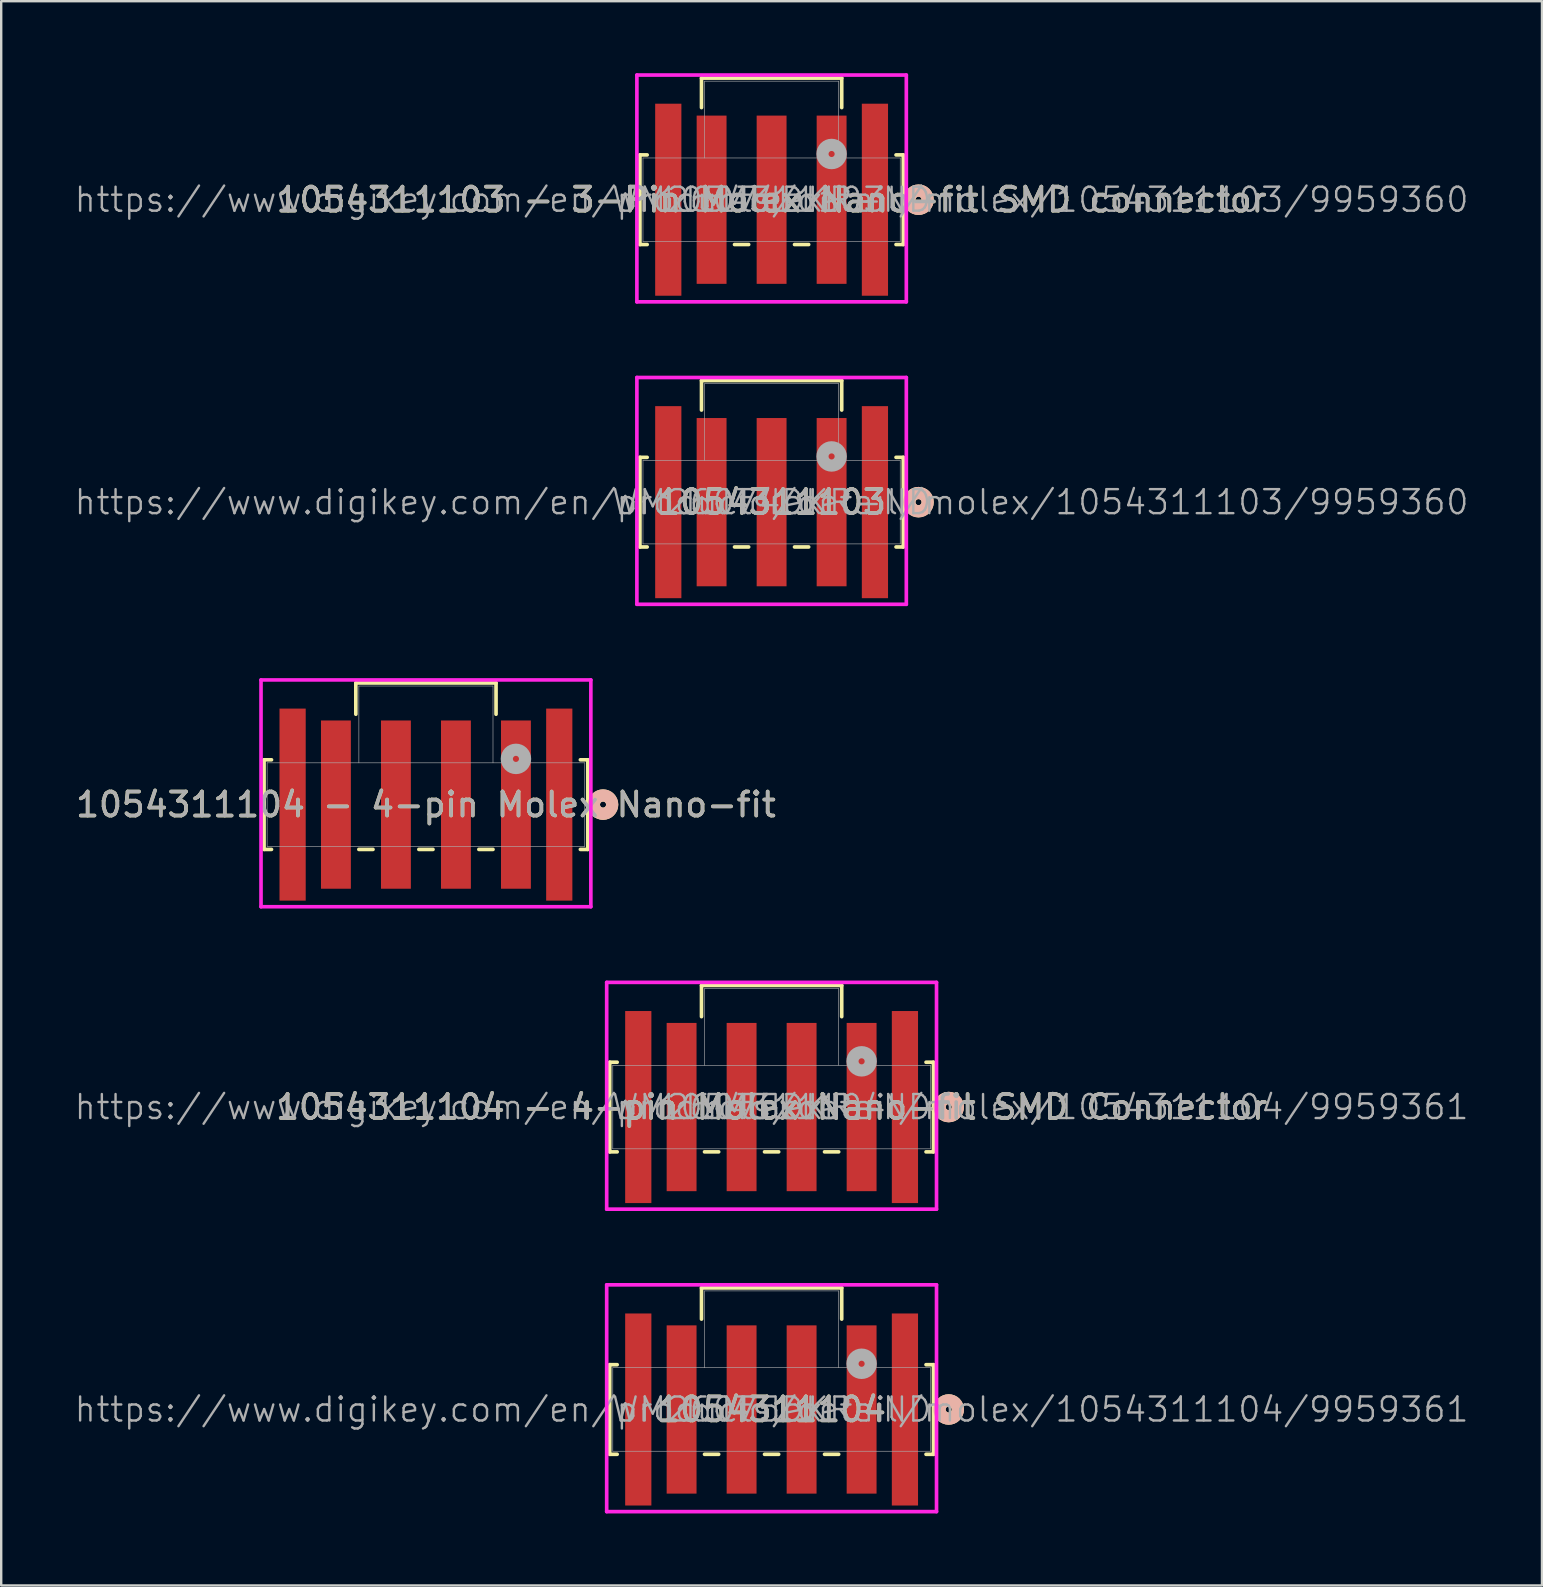
<source format=kicad_pcb>
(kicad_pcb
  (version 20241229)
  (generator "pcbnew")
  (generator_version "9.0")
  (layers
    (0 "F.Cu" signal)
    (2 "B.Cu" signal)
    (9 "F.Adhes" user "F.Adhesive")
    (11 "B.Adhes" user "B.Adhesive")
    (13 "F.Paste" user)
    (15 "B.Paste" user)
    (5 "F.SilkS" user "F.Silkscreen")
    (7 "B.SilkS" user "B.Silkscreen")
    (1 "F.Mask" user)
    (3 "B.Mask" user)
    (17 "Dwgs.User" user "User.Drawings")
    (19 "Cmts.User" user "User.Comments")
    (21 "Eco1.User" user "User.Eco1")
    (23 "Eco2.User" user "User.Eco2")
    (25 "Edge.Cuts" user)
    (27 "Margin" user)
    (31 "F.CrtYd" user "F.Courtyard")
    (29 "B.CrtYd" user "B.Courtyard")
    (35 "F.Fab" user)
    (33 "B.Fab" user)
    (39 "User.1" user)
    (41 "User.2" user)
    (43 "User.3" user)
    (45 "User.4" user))
  (footprint "1054311103"
    (layer "F.Cu")
    (at 29.098 17.872)
    (property "Reference" "1054311103" (at 0 0 0) (unlocked yes) (layer "F.SilkS") (effects (font (size 1 1) (thickness 0.15))))
    (property "Digi PN" "WM26074DKR-ND" (at 0 0 0) (layer "F.Fab") (effects (font (size 1 1) (thickness 0.1))))
    (property "MFG" "Molex" (at 0 0 0) (layer "F.Fab") (effects (font (size 1 1) (thickness 0.1))))
    (property "MFG PN" "1054311103" (at 0 0 0) (layer "F.Fab") (effects (font (size 1 1) (thickness 0.1))))
    (property "Digi URL" "https://www.digikey.com/en/products/detail/molex/1054311103/9959360" (at 0 0 0) (layer "F.Fab") (effects (font (size 1 1) (thickness 0.1))))
    (attr smd)
    (fp_line (start -5.486 -1.867) (end -5.486 1.867) (stroke (width 0.152) (type solid)) (layer "F.SilkS"))
    (fp_line (start -5.486 1.867) (end -5.184 1.867) (stroke (width 0.152) (type solid)) (layer "F.SilkS"))
    (fp_line (start -5.184 -1.867) (end -5.486 -1.867) (stroke (width 0.152) (type solid)) (layer "F.SilkS"))
    (fp_line (start -2.921 -5.067) (end -2.921 -3.838) (stroke (width 0.152) (type solid)) (layer "F.SilkS"))
    (fp_line (start -1.545 1.867) (end -0.955 1.867) (stroke (width 0.152) (type solid)) (layer "F.SilkS"))
    (fp_line (start 0.955 1.867) (end 1.545 1.867) (stroke (width 0.152) (type solid)) (layer "F.SilkS"))
    (fp_line (start 2.921 -5.067) (end -2.921 -5.067) (stroke (width 0.152) (type solid)) (layer "F.SilkS"))
    (fp_line (start 2.921 -3.838) (end 2.921 -5.067) (stroke (width 0.152) (type solid)) (layer "F.SilkS"))
    (fp_line (start 5.184 1.867) (end 5.486 1.867) (stroke (width 0.152) (type solid)) (layer "F.SilkS"))
    (fp_line (start 5.486 -1.867) (end 5.184 -1.867) (stroke (width 0.152) (type solid)) (layer "F.SilkS"))
    (fp_line (start 5.486 1.867) (end 5.486 -1.867) (stroke (width 0.152) (type solid)) (layer "F.SilkS"))
    (fp_circle (center 6.121 0) (end 6.502 0) (stroke (width 0.508) (type solid)) (fill no) (layer "F.SilkS"))
    (fp_circle (center 6.121 0) (end 6.502 0) (stroke (width 0.508) (type solid)) (fill no) (layer "B.SilkS"))
    (fp_line (start -5.613 -5.194) (end -5.613 4.255) (stroke (width 0.152) (type solid)) (layer "F.CrtYd"))
    (fp_line (start -5.613 4.255) (end 5.613 4.255) (stroke (width 0.152) (type solid)) (layer "F.CrtYd"))
    (fp_line (start 5.613 -5.194) (end -5.613 -5.194) (stroke (width 0.152) (type solid)) (layer "F.CrtYd"))
    (fp_line (start 5.613 4.255) (end 5.613 -5.194) (stroke (width 0.152) (type solid)) (layer "F.CrtYd"))
    (fp_line (start -5.359 -1.74) (end -5.359 1.74) (stroke (width 0.025) (type solid)) (layer "F.Fab"))
    (fp_line (start -5.359 1.74) (end 5.359 1.74) (stroke (width 0.025) (type solid)) (layer "F.Fab"))
    (fp_line (start -2.794 -4.94) (end -2.794 -1.74) (stroke (width 0.025) (type solid)) (layer "F.Fab"))
    (fp_line (start -2.794 -4.94) (end 2.794 -4.94) (stroke (width 0.025) (type solid)) (layer "F.Fab"))
    (fp_line (start 2.794 -4.94) (end 2.794 -1.74) (stroke (width 0.025) (type solid)) (layer "F.Fab"))
    (fp_line (start 5.359 -1.74) (end -5.359 -1.74) (stroke (width 0.025) (type solid)) (layer "F.Fab"))
    (fp_line (start 5.359 1.74) (end 5.359 -1.74) (stroke (width 0.025) (type solid)) (layer "F.Fab"))
    (fp_circle (center 2.5 -1.905) (end 2.881 -1.905) (stroke (width 0.508) (type solid)) (fill no) (layer "F.Fab"))
    (fp_text user "${REFERENCE}" (at 0 0 0) (unlocked yes) (layer "F.Fab") (effects (font (size 1 1) (thickness 0.15))))
    (pad "1" smd rect (at 2.5 0) (size 1.245 7.01) (layers "F.Cu" "F.Mask" "F.Paste"))
    (pad "2" smd rect (at 0 0) (size 1.245 7.01) (layers "F.Cu" "F.Mask" "F.Paste"))
    (pad "3" smd rect (at -2.5 0) (size 1.245 7.01) (layers "F.Cu" "F.Mask" "F.Paste"))
    (pad "4" smd rect (at -4.305 0) (size 1.092 8.001) (layers "F.Cu" "F.Mask" "F.Paste"))
    (pad "5" smd rect (at 4.305 0) (size 1.092 8.001) (layers "F.Cu" "F.Mask" "F.Paste")))
  (footprint "1054311104 - 4-pin Molex Nano-fit"
    (layer "F.Cu")
    (at 14.696 30.473)
    (property "Reference" "1054311104 - 4-pin Molex Nano-fit" (at 0 0 0) (unlocked yes) (layer "F.SilkS") (effects (font (size 1 1) (thickness 0.15))))
    (attr smd)
    (fp_line (start -6.744 -1.867) (end -6.744 1.867) (stroke (width 0.152) (type solid)) (layer "F.SilkS"))
    (fp_line (start -6.744 1.867) (end -6.434 1.867) (stroke (width 0.152) (type solid)) (layer "F.SilkS"))
    (fp_line (start -6.434 -1.867) (end -6.744 -1.867) (stroke (width 0.152) (type solid)) (layer "F.SilkS"))
    (fp_line (start -2.921 -5.067) (end -2.921 -3.766) (stroke (width 0.152) (type solid)) (layer "F.SilkS"))
    (fp_line (start -2.795 1.867) (end -2.205 1.867) (stroke (width 0.152) (type solid)) (layer "F.SilkS"))
    (fp_line (start -0.295 1.867) (end 0.295 1.867) (stroke (width 0.152) (type solid)) (layer "F.SilkS"))
    (fp_line (start 2.205 1.867) (end 2.795 1.867) (stroke (width 0.152) (type solid)) (layer "F.SilkS"))
    (fp_line (start 2.921 -5.067) (end -2.921 -5.067) (stroke (width 0.152) (type solid)) (layer "F.SilkS"))
    (fp_line (start 2.921 -3.766) (end 2.921 -5.067) (stroke (width 0.152) (type solid)) (layer "F.SilkS"))
    (fp_line (start 6.434 1.867) (end 6.744 1.867) (stroke (width 0.152) (type solid)) (layer "F.SilkS"))
    (fp_line (start 6.744 -1.867) (end 6.434 -1.867) (stroke (width 0.152) (type solid)) (layer "F.SilkS"))
    (fp_line (start 6.744 1.867) (end 6.744 -1.867) (stroke (width 0.152) (type solid)) (layer "F.SilkS"))
    (fp_circle (center 7.379 0) (end 7.76 0) (stroke (width 0.508) (type solid)) (fill no) (layer "F.SilkS"))
    (fp_circle (center 7.379 0) (end 7.76 0) (stroke (width 0.508) (type solid)) (fill no) (layer "B.SilkS"))
    (fp_line (start -6.871 -5.194) (end -6.871 4.255) (stroke (width 0.152) (type solid)) (layer "F.CrtYd"))
    (fp_line (start -6.871 4.255) (end 6.871 4.255) (stroke (width 0.152) (type solid)) (layer "F.CrtYd"))
    (fp_line (start 6.871 -5.194) (end -6.871 -5.194) (stroke (width 0.152) (type solid)) (layer "F.CrtYd"))
    (fp_line (start 6.871 4.255) (end 6.871 -5.194) (stroke (width 0.152) (type solid)) (layer "F.CrtYd"))
    (fp_line (start -6.617 -1.74) (end -6.617 1.74) (stroke (width 0.025) (type solid)) (layer "F.Fab"))
    (fp_line (start -6.617 1.74) (end 6.617 1.74) (stroke (width 0.025) (type solid)) (layer "F.Fab"))
    (fp_line (start -2.794 -4.94) (end -2.794 -1.74) (stroke (width 0.025) (type solid)) (layer "F.Fab"))
    (fp_line (start -2.794 -4.94) (end 2.794 -4.94) (stroke (width 0.025) (type solid)) (layer "F.Fab"))
    (fp_line (start 2.794 -4.94) (end 2.794 -1.74) (stroke (width 0.025) (type solid)) (layer "F.Fab"))
    (fp_line (start 6.617 -1.74) (end -6.617 -1.74) (stroke (width 0.025) (type solid)) (layer "F.Fab"))
    (fp_line (start 6.617 1.74) (end 6.617 -1.74) (stroke (width 0.025) (type solid)) (layer "F.Fab"))
    (fp_circle (center 3.75 -1.905) (end 4.131 -1.905) (stroke (width 0.508) (type solid)) (fill no) (layer "F.Fab"))
    (fp_text user "${REFERENCE}" (at 0 0 0) (unlocked yes) (layer "F.Fab") (effects (font (size 1 1) (thickness 0.15))))
    (pad "1" smd rect (at 3.75 0) (size 1.245 7.01) (layers "F.Cu" "F.Mask" "F.Paste"))
    (pad "2" smd rect (at 1.25 0) (size 1.245 7.01) (layers "F.Cu" "F.Mask" "F.Paste"))
    (pad "3" smd rect (at -1.25 0) (size 1.245 7.01) (layers "F.Cu" "F.Mask" "F.Paste"))
    (pad "4" smd rect (at -3.75 0) (size 1.245 7.01) (layers "F.Cu" "F.Mask" "F.Paste"))
    (pad "5" smd rect (at -5.555 0) (size 1.092 8.001) (layers "F.Cu" "F.Mask" "F.Paste"))
    (pad "6" smd rect (at 5.555 0) (size 1.092 8.001) (layers "F.Cu" "F.Mask" "F.Paste")))
  (footprint "1054311103 - 3-Pin Molex Nano-fit SMD connector"
    (layer "F.Cu")
    (at 29.098 5.271)
    (property "Reference" "1054311103 - 3-Pin Molex Nano-fit SMD connector" (at 0 0 0) (unlocked yes) (layer "F.SilkS") (effects (font (size 1 1) (thickness 0.15))))
    (property "Digi PN" "WM26074DKR-ND" (at 0 0 0) (layer "F.Fab") (effects (font (size 1 1) (thickness 0.1))))
    (property "MFG" "Molex" (at 0 0 0) (layer "F.Fab") (effects (font (size 1 1) (thickness 0.1))))
    (property "MFG PN" "1054311103" (at 0 0 0) (layer "F.Fab") (effects (font (size 1 1) (thickness 0.1))))
    (property "Digi URL" "https://www.digikey.com/en/products/detail/molex/1054311103/9959360" (at 0 0 0) (layer "F.Fab") (effects (font (size 1 1) (thickness 0.1))))
    (attr smd)
    (fp_line (start -5.486 -1.867) (end -5.486 1.867) (stroke (width 0.152) (type solid)) (layer "F.SilkS"))
    (fp_line (start -5.486 1.867) (end -5.184 1.867) (stroke (width 0.152) (type solid)) (layer "F.SilkS"))
    (fp_line (start -5.184 -1.867) (end -5.486 -1.867) (stroke (width 0.152) (type solid)) (layer "F.SilkS"))
    (fp_line (start -2.921 -5.067) (end -2.921 -3.838) (stroke (width 0.152) (type solid)) (layer "F.SilkS"))
    (fp_line (start -1.545 1.867) (end -0.955 1.867) (stroke (width 0.152) (type solid)) (layer "F.SilkS"))
    (fp_line (start 0.955 1.867) (end 1.545 1.867) (stroke (width 0.152) (type solid)) (layer "F.SilkS"))
    (fp_line (start 2.921 -5.067) (end -2.921 -5.067) (stroke (width 0.152) (type solid)) (layer "F.SilkS"))
    (fp_line (start 2.921 -3.838) (end 2.921 -5.067) (stroke (width 0.152) (type solid)) (layer "F.SilkS"))
    (fp_line (start 5.184 1.867) (end 5.486 1.867) (stroke (width 0.152) (type solid)) (layer "F.SilkS"))
    (fp_line (start 5.486 -1.867) (end 5.184 -1.867) (stroke (width 0.152) (type solid)) (layer "F.SilkS"))
    (fp_line (start 5.486 1.867) (end 5.486 -1.867) (stroke (width 0.152) (type solid)) (layer "F.SilkS"))
    (fp_circle (center 6.121 0) (end 6.502 0) (stroke (width 0.508) (type solid)) (fill no) (layer "F.SilkS"))
    (fp_circle (center 6.121 0) (end 6.502 0) (stroke (width 0.508) (type solid)) (fill no) (layer "B.SilkS"))
    (fp_line (start -5.613 -5.194) (end -5.613 4.255) (stroke (width 0.152) (type solid)) (layer "F.CrtYd"))
    (fp_line (start -5.613 4.255) (end 5.613 4.255) (stroke (width 0.152) (type solid)) (layer "F.CrtYd"))
    (fp_line (start 5.613 -5.194) (end -5.613 -5.194) (stroke (width 0.152) (type solid)) (layer "F.CrtYd"))
    (fp_line (start 5.613 4.255) (end 5.613 -5.194) (stroke (width 0.152) (type solid)) (layer "F.CrtYd"))
    (fp_line (start -5.359 -1.74) (end -5.359 1.74) (stroke (width 0.025) (type solid)) (layer "F.Fab"))
    (fp_line (start -5.359 1.74) (end 5.359 1.74) (stroke (width 0.025) (type solid)) (layer "F.Fab"))
    (fp_line (start -2.794 -4.94) (end -2.794 -1.74) (stroke (width 0.025) (type solid)) (layer "F.Fab"))
    (fp_line (start -2.794 -4.94) (end 2.794 -4.94) (stroke (width 0.025) (type solid)) (layer "F.Fab"))
    (fp_line (start 2.794 -4.94) (end 2.794 -1.74) (stroke (width 0.025) (type solid)) (layer "F.Fab"))
    (fp_line (start 5.359 -1.74) (end -5.359 -1.74) (stroke (width 0.025) (type solid)) (layer "F.Fab"))
    (fp_line (start 5.359 1.74) (end 5.359 -1.74) (stroke (width 0.025) (type solid)) (layer "F.Fab"))
    (fp_circle (center 2.5 -1.905) (end 2.881 -1.905) (stroke (width 0.508) (type solid)) (fill no) (layer "F.Fab"))
    (fp_text user "${REFERENCE}" (at 0 0 0) (unlocked yes) (layer "F.Fab") (effects (font (size 1 1) (thickness 0.15))))
    (pad "1" smd rect (at 2.5 0) (size 1.245 7.01) (layers "F.Cu" "F.Mask" "F.Paste"))
    (pad "2" smd rect (at 0 0) (size 1.245 7.01) (layers "F.Cu" "F.Mask" "F.Paste"))
    (pad "3" smd rect (at -2.5 0) (size 1.245 7.01) (layers "F.Cu" "F.Mask" "F.Paste"))
    (pad "4" smd rect (at -4.305 0) (size 1.092 8.001) (layers "F.Cu" "F.Mask" "F.Paste"))
    (pad "5" smd rect (at 4.305 0) (size 1.092 8.001) (layers "F.Cu" "F.Mask" "F.Paste")))
  (footprint "1054311104 - 4-pin Molex Nano-fit SMD Connector"
    (layer "F.Cu")
    (at 29.098 43.074)
    (property "Reference" "1054311104 - 4-pin Molex Nano-fit SMD Connector" (at 0 0 0) (unlocked yes) (layer "F.SilkS") (effects (font (size 1 1) (thickness 0.15))))
    (property "Digi PN" "WM26075DKR-ND" (at 0 0 0) (layer "F.Fab") (effects (font (size 1 1) (thickness 0.1))))
    (property "MFG" "Molex" (at 0 0 0) (layer "F.Fab") (effects (font (size 1 1) (thickness 0.1))))
    (property "MFG PN" "1054311104" (at 0 0 0) (layer "F.Fab") (effects (font (size 1 1) (thickness 0.1))))
    (property "Digi URL" "https://www.digikey.com/en/products/detail/molex/1054311104/9959361" (at 0 0 0) (layer "F.Fab") (effects (font (size 1 1) (thickness 0.1))))
    (attr smd)
    (fp_line (start -6.744 -1.867) (end -6.744 1.867) (stroke (width 0.152) (type solid)) (layer "F.SilkS"))
    (fp_line (start -6.744 1.867) (end -6.434 1.867) (stroke (width 0.152) (type solid)) (layer "F.SilkS"))
    (fp_line (start -6.434 -1.867) (end -6.744 -1.867) (stroke (width 0.152) (type solid)) (layer "F.SilkS"))
    (fp_line (start -2.921 -5.067) (end -2.921 -3.766) (stroke (width 0.152) (type solid)) (layer "F.SilkS"))
    (fp_line (start -2.795 1.867) (end -2.205 1.867) (stroke (width 0.152) (type solid)) (layer "F.SilkS"))
    (fp_line (start -0.295 1.867) (end 0.295 1.867) (stroke (width 0.152) (type solid)) (layer "F.SilkS"))
    (fp_line (start 2.205 1.867) (end 2.795 1.867) (stroke (width 0.152) (type solid)) (layer "F.SilkS"))
    (fp_line (start 2.921 -5.067) (end -2.921 -5.067) (stroke (width 0.152) (type solid)) (layer "F.SilkS"))
    (fp_line (start 2.921 -3.766) (end 2.921 -5.067) (stroke (width 0.152) (type solid)) (layer "F.SilkS"))
    (fp_line (start 6.434 1.867) (end 6.744 1.867) (stroke (width 0.152) (type solid)) (layer "F.SilkS"))
    (fp_line (start 6.744 -1.867) (end 6.434 -1.867) (stroke (width 0.152) (type solid)) (layer "F.SilkS"))
    (fp_line (start 6.744 1.867) (end 6.744 -1.867) (stroke (width 0.152) (type solid)) (layer "F.SilkS"))
    (fp_circle (center 7.379 0) (end 7.76 0) (stroke (width 0.508) (type solid)) (fill no) (layer "F.SilkS"))
    (fp_circle (center 7.379 0) (end 7.76 0) (stroke (width 0.508) (type solid)) (fill no) (layer "B.SilkS"))
    (fp_line (start -6.871 -5.194) (end -6.871 4.255) (stroke (width 0.152) (type solid)) (layer "F.CrtYd"))
    (fp_line (start -6.871 4.255) (end 6.871 4.255) (stroke (width 0.152) (type solid)) (layer "F.CrtYd"))
    (fp_line (start 6.871 -5.194) (end -6.871 -5.194) (stroke (width 0.152) (type solid)) (layer "F.CrtYd"))
    (fp_line (start 6.871 4.255) (end 6.871 -5.194) (stroke (width 0.152) (type solid)) (layer "F.CrtYd"))
    (fp_line (start -6.617 -1.74) (end -6.617 1.74) (stroke (width 0.025) (type solid)) (layer "F.Fab"))
    (fp_line (start -6.617 1.74) (end 6.617 1.74) (stroke (width 0.025) (type solid)) (layer "F.Fab"))
    (fp_line (start -2.794 -4.94) (end -2.794 -1.74) (stroke (width 0.025) (type solid)) (layer "F.Fab"))
    (fp_line (start -2.794 -4.94) (end 2.794 -4.94) (stroke (width 0.025) (type solid)) (layer "F.Fab"))
    (fp_line (start 2.794 -4.94) (end 2.794 -1.74) (stroke (width 0.025) (type solid)) (layer "F.Fab"))
    (fp_line (start 6.617 -1.74) (end -6.617 -1.74) (stroke (width 0.025) (type solid)) (layer "F.Fab"))
    (fp_line (start 6.617 1.74) (end 6.617 -1.74) (stroke (width 0.025) (type solid)) (layer "F.Fab"))
    (fp_circle (center 3.75 -1.905) (end 4.131 -1.905) (stroke (width 0.508) (type solid)) (fill no) (layer "F.Fab"))
    (fp_text user "${REFERENCE}" (at 0 0 0) (unlocked yes) (layer "F.Fab") (effects (font (size 1 1) (thickness 0.15))))
    (pad "1" smd rect (at 3.75 0) (size 1.245 7.01) (layers "F.Cu" "F.Mask" "F.Paste"))
    (pad "2" smd rect (at 1.25 0) (size 1.245 7.01) (layers "F.Cu" "F.Mask" "F.Paste"))
    (pad "3" smd rect (at -1.25 0) (size 1.245 7.01) (layers "F.Cu" "F.Mask" "F.Paste"))
    (pad "4" smd rect (at -3.75 0) (size 1.245 7.01) (layers "F.Cu" "F.Mask" "F.Paste"))
    (pad "5" smd rect (at -5.555 0) (size 1.092 8.001) (layers "F.Cu" "F.Mask" "F.Paste"))
    (pad "6" smd rect (at 5.555 0) (size 1.092 8.001) (layers "F.Cu" "F.Mask" "F.Paste")))
  (footprint "1054311104"
    (layer "F.Cu")
    (at 29.098 55.675)
    (property "Reference" "1054311104" (at 0 0 0) (unlocked yes) (layer "F.SilkS") (effects (font (size 1 1) (thickness 0.15))))
    (property "Digi PN" "WM26075DKR-ND" (at 0 0 0) (layer "F.Fab") (effects (font (size 1 1) (thickness 0.1))))
    (property "MFG" "Molex" (at 0 0 0) (layer "F.Fab") (effects (font (size 1 1) (thickness 0.1))))
    (property "MFG PN" "1054311104" (at 0 0 0) (layer "F.Fab") (effects (font (size 1 1) (thickness 0.1))))
    (property "Digi URL" "https://www.digikey.com/en/products/detail/molex/1054311104/9959361" (at 0 0 0) (layer "F.Fab") (effects (font (size 1 1) (thickness 0.1))))
    (attr smd)
    (fp_line (start -6.744 -1.867) (end -6.744 1.867) (stroke (width 0.152) (type solid)) (layer "F.SilkS"))
    (fp_line (start -6.744 1.867) (end -6.434 1.867) (stroke (width 0.152) (type solid)) (layer "F.SilkS"))
    (fp_line (start -6.434 -1.867) (end -6.744 -1.867) (stroke (width 0.152) (type solid)) (layer "F.SilkS"))
    (fp_line (start -2.921 -5.067) (end -2.921 -3.766) (stroke (width 0.152) (type solid)) (layer "F.SilkS"))
    (fp_line (start -2.795 1.867) (end -2.205 1.867) (stroke (width 0.152) (type solid)) (layer "F.SilkS"))
    (fp_line (start -0.295 1.867) (end 0.295 1.867) (stroke (width 0.152) (type solid)) (layer "F.SilkS"))
    (fp_line (start 2.205 1.867) (end 2.795 1.867) (stroke (width 0.152) (type solid)) (layer "F.SilkS"))
    (fp_line (start 2.921 -5.067) (end -2.921 -5.067) (stroke (width 0.152) (type solid)) (layer "F.SilkS"))
    (fp_line (start 2.921 -3.766) (end 2.921 -5.067) (stroke (width 0.152) (type solid)) (layer "F.SilkS"))
    (fp_line (start 6.434 1.867) (end 6.744 1.867) (stroke (width 0.152) (type solid)) (layer "F.SilkS"))
    (fp_line (start 6.744 -1.867) (end 6.434 -1.867) (stroke (width 0.152) (type solid)) (layer "F.SilkS"))
    (fp_line (start 6.744 1.867) (end 6.744 -1.867) (stroke (width 0.152) (type solid)) (layer "F.SilkS"))
    (fp_circle (center 7.379 0) (end 7.76 0) (stroke (width 0.508) (type solid)) (fill no) (layer "F.SilkS"))
    (fp_circle (center 7.379 0) (end 7.76 0) (stroke (width 0.508) (type solid)) (fill no) (layer "B.SilkS"))
    (fp_line (start -6.871 -5.194) (end -6.871 4.255) (stroke (width 0.152) (type solid)) (layer "F.CrtYd"))
    (fp_line (start -6.871 4.255) (end 6.871 4.255) (stroke (width 0.152) (type solid)) (layer "F.CrtYd"))
    (fp_line (start 6.871 -5.194) (end -6.871 -5.194) (stroke (width 0.152) (type solid)) (layer "F.CrtYd"))
    (fp_line (start 6.871 4.255) (end 6.871 -5.194) (stroke (width 0.152) (type solid)) (layer "F.CrtYd"))
    (fp_line (start -6.617 -1.74) (end -6.617 1.74) (stroke (width 0.025) (type solid)) (layer "F.Fab"))
    (fp_line (start -6.617 1.74) (end 6.617 1.74) (stroke (width 0.025) (type solid)) (layer "F.Fab"))
    (fp_line (start -2.794 -4.94) (end -2.794 -1.74) (stroke (width 0.025) (type solid)) (layer "F.Fab"))
    (fp_line (start -2.794 -4.94) (end 2.794 -4.94) (stroke (width 0.025) (type solid)) (layer "F.Fab"))
    (fp_line (start 2.794 -4.94) (end 2.794 -1.74) (stroke (width 0.025) (type solid)) (layer "F.Fab"))
    (fp_line (start 6.617 -1.74) (end -6.617 -1.74) (stroke (width 0.025) (type solid)) (layer "F.Fab"))
    (fp_line (start 6.617 1.74) (end 6.617 -1.74) (stroke (width 0.025) (type solid)) (layer "F.Fab"))
    (fp_circle (center 3.75 -1.905) (end 4.131 -1.905) (stroke (width 0.508) (type solid)) (fill no) (layer "F.Fab"))
    (fp_text user "${REFERENCE}" (at 0 0 0) (unlocked yes) (layer "F.Fab") (effects (font (size 1 1) (thickness 0.15))))
    (pad "1" smd rect (at 3.75 0) (size 1.245 7.01) (layers "F.Cu" "F.Mask" "F.Paste"))
    (pad "2" smd rect (at 1.25 0) (size 1.245 7.01) (layers "F.Cu" "F.Mask" "F.Paste"))
    (pad "3" smd rect (at -1.25 0) (size 1.245 7.01) (layers "F.Cu" "F.Mask" "F.Paste"))
    (pad "4" smd rect (at -3.75 0) (size 1.245 7.01) (layers "F.Cu" "F.Mask" "F.Paste"))
    (pad "5" smd rect (at -5.555 0) (size 1.092 8.001) (layers "F.Cu" "F.Mask" "F.Paste"))
    (pad "6" smd rect (at 5.555 0) (size 1.092 8.001) (layers "F.Cu" "F.Mask" "F.Paste")))
  (gr_rect
    (start -3 -3)
    (end 61.195 63.006)
    (stroke (width 0.1) (type default))
    (fill no)
    (layer "Edge.Cuts")))
</source>
